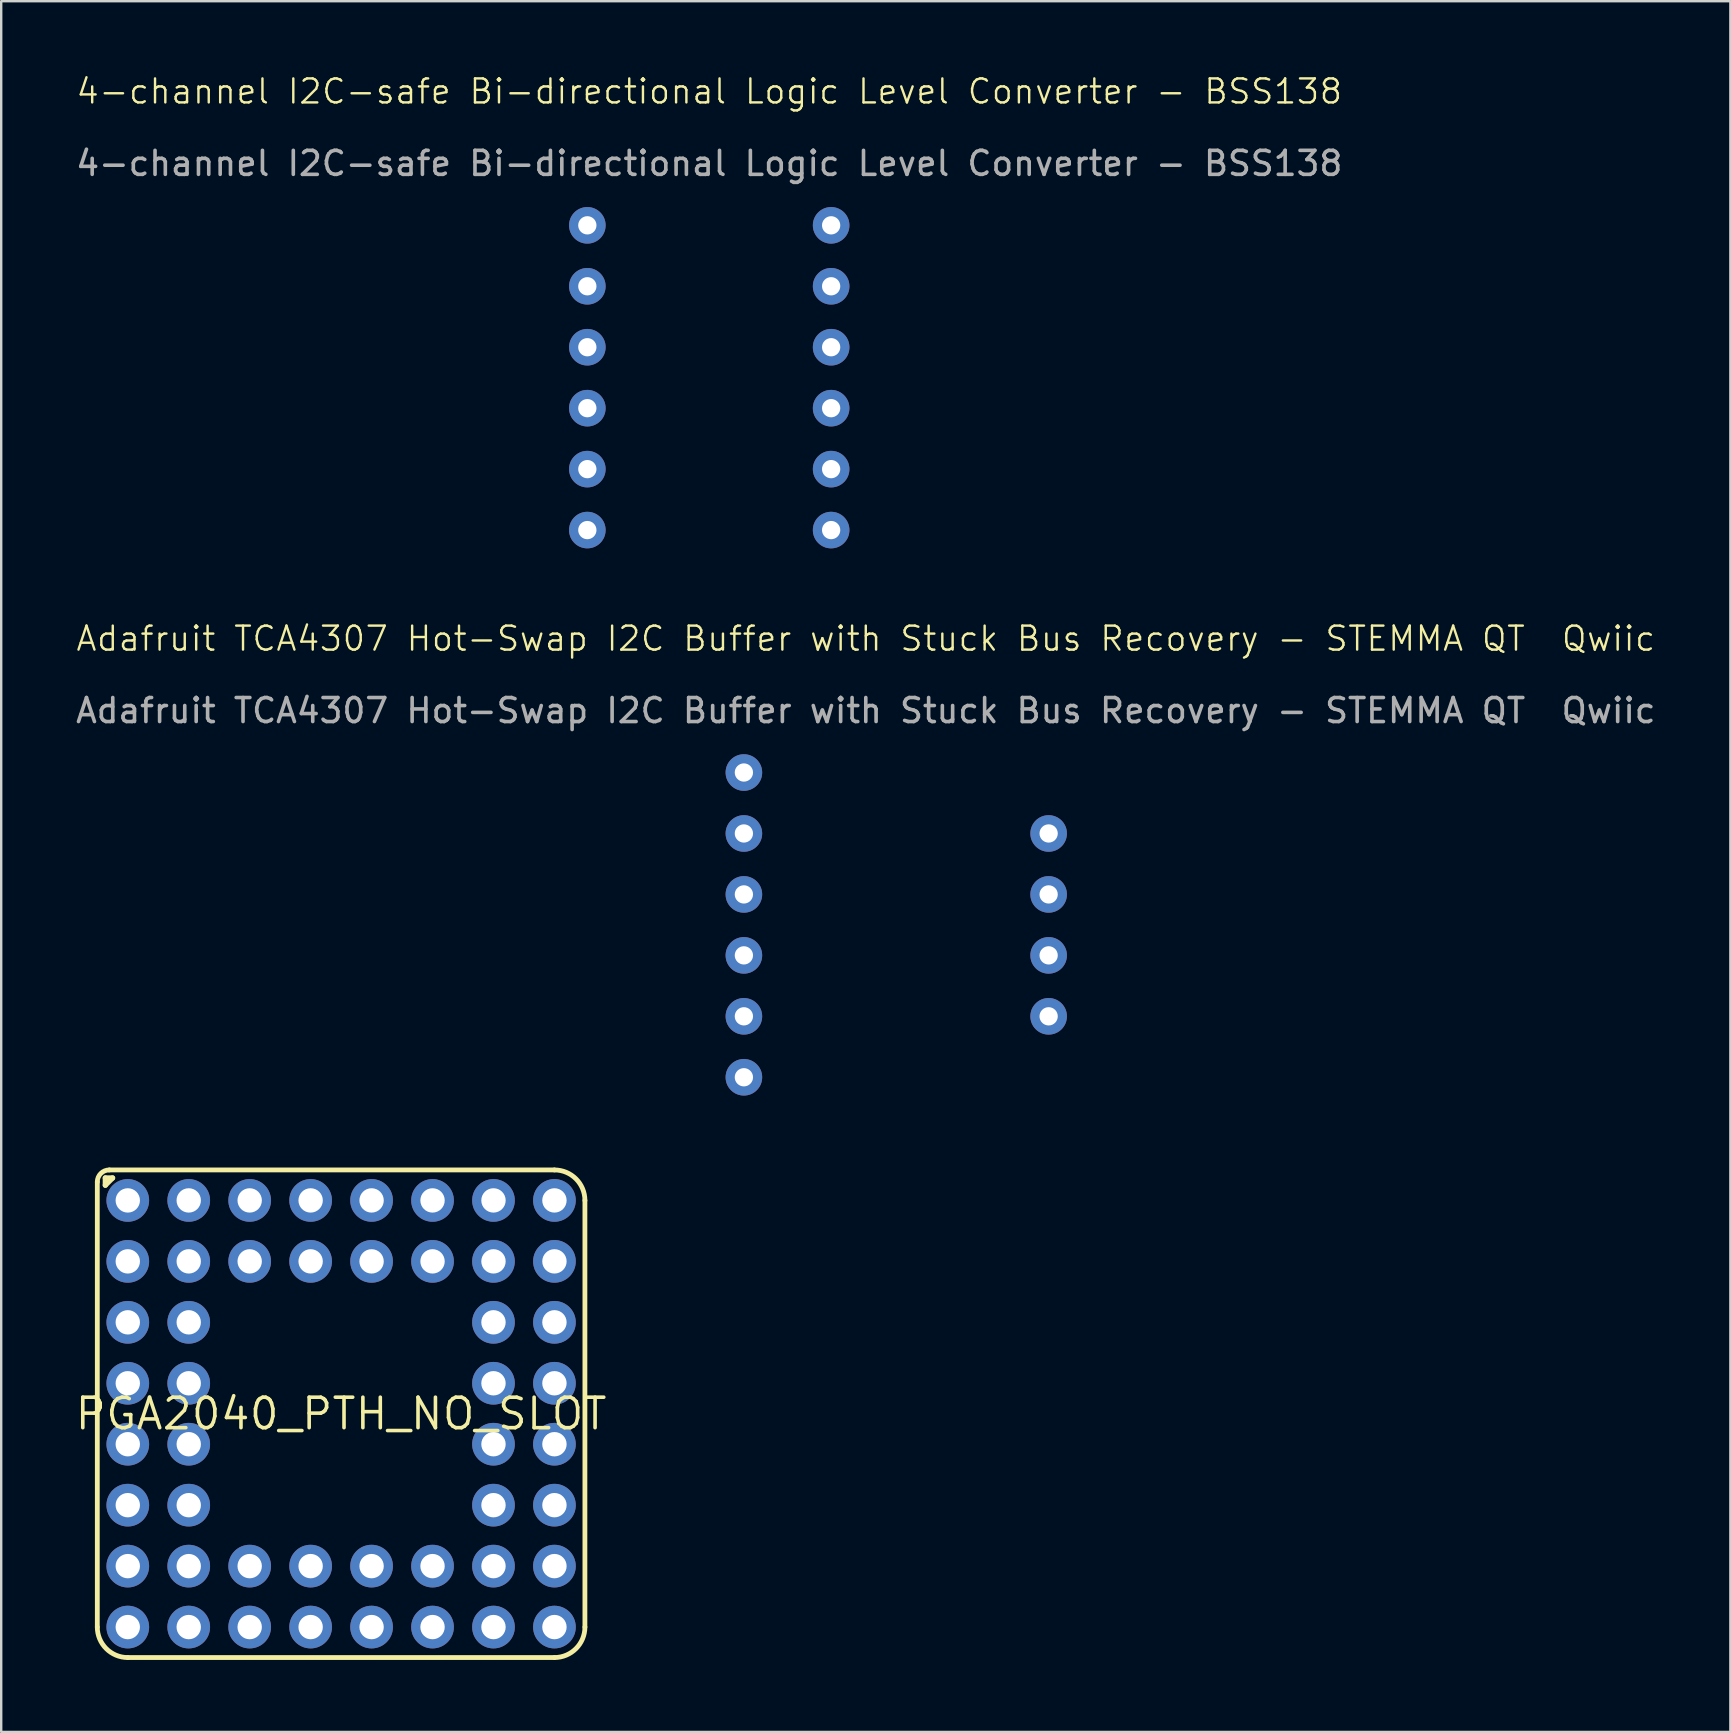
<source format=kicad_pcb>
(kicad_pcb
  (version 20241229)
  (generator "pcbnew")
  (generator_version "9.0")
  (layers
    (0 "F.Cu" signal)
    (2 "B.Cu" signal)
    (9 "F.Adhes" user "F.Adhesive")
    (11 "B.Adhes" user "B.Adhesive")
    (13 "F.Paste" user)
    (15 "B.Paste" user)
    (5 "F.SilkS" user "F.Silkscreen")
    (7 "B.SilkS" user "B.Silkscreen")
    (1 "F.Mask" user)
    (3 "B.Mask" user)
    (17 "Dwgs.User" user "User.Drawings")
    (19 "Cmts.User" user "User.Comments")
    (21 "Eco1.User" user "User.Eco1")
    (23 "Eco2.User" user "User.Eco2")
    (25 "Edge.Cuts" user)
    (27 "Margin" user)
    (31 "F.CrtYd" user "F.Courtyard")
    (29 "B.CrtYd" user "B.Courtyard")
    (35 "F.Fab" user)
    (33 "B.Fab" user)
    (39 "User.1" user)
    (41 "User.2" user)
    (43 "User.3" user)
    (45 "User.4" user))
  (footprint "4-channel I2C-safe Bi-directional Logic Level Converter - BSS138"
    (layer "F.Cu")
    (at 26.506 1.26)
    (property "Reference" "4-channel I2C-safe Bi-directional Logic Level Converter - BSS138" (at 0 -0.5 0) (unlocked yes) (layer "F.SilkS") (effects (font (size 1 1) (thickness 0.1))))
    (attr through_hole)
    (fp_text user "${REFERENCE}" (at 0 2.5 0) (unlocked yes) (layer "F.Fab") (effects (font (size 1 1) (thickness 0.15))))
    (pad "1" thru_hole circle (at -5.08 5.08) (size 1.524 1.524) (drill 0.762) (layers "*.Cu" "*.Mask"))
    (pad "2" thru_hole circle (at -5.08 7.62) (size 1.524 1.524) (drill 0.762) (layers "*.Cu" "*.Mask"))
    (pad "3" thru_hole circle (at -5.08 10.16) (size 1.524 1.524) (drill 0.762) (layers "*.Cu" "*.Mask"))
    (pad "4" thru_hole circle (at -5.08 12.7) (size 1.524 1.524) (drill 0.762) (layers "*.Cu" "*.Mask"))
    (pad "5" thru_hole circle (at -5.08 15.24) (size 1.524 1.524) (drill 0.762) (layers "*.Cu" "*.Mask"))
    (pad "6" thru_hole circle (at -5.08 17.78) (size 1.524 1.524) (drill 0.762) (layers "*.Cu" "*.Mask"))
    (pad "7" thru_hole circle (at 5.08 5.08) (size 1.524 1.524) (drill 0.762) (layers "*.Cu" "*.Mask"))
    (pad "8" thru_hole circle (at 5.08 7.62) (size 1.524 1.524) (drill 0.762) (layers "*.Cu" "*.Mask"))
    (pad "9" thru_hole circle (at 5.08 10.16) (size 1.524 1.524) (drill 0.762) (layers "*.Cu" "*.Mask"))
    (pad "10" thru_hole circle (at 5.08 12.7) (size 1.524 1.524) (drill 0.762) (layers "*.Cu" "*.Mask"))
    (pad "11" thru_hole circle (at 5.08 15.24) (size 1.524 1.524) (drill 0.762) (layers "*.Cu" "*.Mask"))
    (pad "12" thru_hole circle (at 5.08 17.78) (size 1.524 1.524) (drill 0.762) (layers "*.Cu" "*.Mask")))
  (footprint "Adafruit TCA4307 Hot-Swap I2C Buffer with Stuck Bus Recovery - STEMMA QT  Qwiic"
    (layer "F.Cu")
    (at 33.03 24.063)
    (property "Reference" "Adafruit TCA4307 Hot-Swap I2C Buffer with Stuck Bus Recovery - STEMMA QT  Qwiic" (at 0 -0.5 0) (unlocked yes) (layer "F.SilkS") (effects (font (size 1 1) (thickness 0.1))))
    (attr through_hole)
    (fp_text user "${REFERENCE}" (at 0 2.5 0) (unlocked yes) (layer "F.Fab") (effects (font (size 1 1) (thickness 0.15))))
    (pad "1" thru_hole circle (at -5.08 5.08) (size 1.524 1.524) (drill 0.762) (layers "*.Cu" "*.Mask"))
    (pad "2" thru_hole circle (at -5.08 7.62) (size 1.524 1.524) (drill 0.762) (layers "*.Cu" "*.Mask"))
    (pad "3" thru_hole circle (at -5.08 10.16) (size 1.524 1.524) (drill 0.762) (layers "*.Cu" "*.Mask"))
    (pad "4" thru_hole circle (at -5.08 12.7) (size 1.524 1.524) (drill 0.762) (layers "*.Cu" "*.Mask"))
    (pad "5" thru_hole circle (at -5.08 15.24) (size 1.524 1.524) (drill 0.762) (layers "*.Cu" "*.Mask"))
    (pad "6" thru_hole circle (at -5.08 17.78) (size 1.524 1.524) (drill 0.762) (layers "*.Cu" "*.Mask"))
    (pad "7" thru_hole circle (at 7.62 7.62) (size 1.524 1.524) (drill 0.762) (layers "*.Cu" "*.Mask"))
    (pad "8" thru_hole circle (at 7.62 10.16) (size 1.524 1.524) (drill 0.762) (layers "*.Cu" "*.Mask"))
    (pad "9" thru_hole circle (at 7.62 12.7) (size 1.524 1.524) (drill 0.762) (layers "*.Cu" "*.Mask"))
    (pad "10" thru_hole circle (at 7.62 15.24) (size 1.524 1.524) (drill 0.762) (layers "*.Cu" "*.Mask")))
  (footprint "PGA2040_PTH_NO_SLOT"
    (layer "F.Cu")
    (at 11.165 55.865)
    (property "Reference" "PGA2040_PTH_NO_SLOT" (at 0 0 0) (layer "F.SilkS") (effects (font (size 1.27 1.27) (thickness 0.15))))
    (fp_line (start -10.16 8.89) (end -10.16 -9.66) (stroke (width 0.2) (type solid)) (layer "F.SilkS"))
    (fp_line (start -9.825 -9.825) (end -9.825 -9.525) (stroke (width 0.22) (type solid)) (layer "F.SilkS"))
    (fp_line (start -9.825 -9.825) (end -9.525 -9.825) (stroke (width 0.22) (type solid)) (layer "F.SilkS"))
    (fp_line (start -9.66 -10.16) (end 8.89 -10.16) (stroke (width 0.2) (type solid)) (layer "F.SilkS"))
    (fp_line (start -9.525 -9.825) (end -9.825 -9.525) (stroke (width 0.22) (type solid)) (layer "F.SilkS"))
    (fp_line (start 8.89 10.16) (end -8.89 10.16) (stroke (width 0.2) (type solid)) (layer "F.SilkS"))
    (fp_line (start 10.16 -8.89) (end 10.16 8.89) (stroke (width 0.2) (type solid)) (layer "F.SilkS"))
    (fp_arc (start -10.16 -9.66) (mid -10.013553 -10.013553) (end -9.66 -10.16) (stroke (width 0.2) (type solid)) (layer "F.SilkS"))
    (fp_arc (start -8.89 10.16) (mid -9.788026 9.788026) (end -10.16 8.89) (stroke (width 0.2) (type solid)) (layer "F.SilkS"))
    (fp_arc (start 8.89 -10.16) (mid 9.788026 -9.788026) (end 10.16 -8.89) (stroke (width 0.2) (type solid)) (layer "F.SilkS"))
    (fp_arc (start 10.16 8.89) (mid 9.788026 9.788026) (end 8.89 10.16) (stroke (width 0.2) (type solid)) (layer "F.SilkS"))
    (pad "A1" thru_hole circle (at -8.89 -8.89) (size 1.778 1.778) (drill 1.016) (layers "*.Cu" "*.Mask"))
    (pad "A2" thru_hole circle (at -6.35 -8.89) (size 1.778 1.778) (drill 1.016) (layers "*.Cu" "*.Mask"))
    (pad "A3" thru_hole circle (at -3.81 -8.89) (size 1.778 1.778) (drill 1.016) (layers "*.Cu" "*.Mask"))
    (pad "A4" thru_hole circle (at -1.27 -8.89) (size 1.778 1.778) (drill 1.016) (layers "*.Cu" "*.Mask"))
    (pad "A5" thru_hole circle (at 1.27 -8.89) (size 1.778 1.778) (drill 1.016) (layers "*.Cu" "*.Mask"))
    (pad "A6" thru_hole circle (at 3.81 -8.89) (size 1.778 1.778) (drill 1.016) (layers "*.Cu" "*.Mask"))
    (pad "A7" thru_hole circle (at 6.35 -8.89) (size 1.778 1.778) (drill 1.016) (layers "*.Cu" "*.Mask"))
    (pad "A8" thru_hole circle (at 8.89 -8.89) (size 1.778 1.778) (drill 1.016) (layers "*.Cu" "*.Mask"))
    (pad "B1" thru_hole circle (at -8.89 -6.35) (size 1.778 1.778) (drill 1.016) (layers "*.Cu" "*.Mask"))
    (pad "B2" thru_hole circle (at -6.35 -6.35) (size 1.778 1.778) (drill 1.016) (layers "*.Cu" "*.Mask"))
    (pad "B3" thru_hole circle (at -3.81 -6.35) (size 1.778 1.778) (drill 1.016) (layers "*.Cu" "*.Mask"))
    (pad "B4" thru_hole circle (at -1.27 -6.35) (size 1.778 1.778) (drill 1.016) (layers "*.Cu" "*.Mask"))
    (pad "B5" thru_hole circle (at 1.27 -6.35) (size 1.778 1.778) (drill 1.016) (layers "*.Cu" "*.Mask"))
    (pad "B6" thru_hole circle (at 3.81 -6.35) (size 1.778 1.778) (drill 1.016) (layers "*.Cu" "*.Mask"))
    (pad "B7" thru_hole circle (at 6.35 -6.35) (size 1.778 1.778) (drill 1.016) (layers "*.Cu" "*.Mask"))
    (pad "B8" thru_hole circle (at 8.89 -6.35) (size 1.778 1.778) (drill 1.016) (layers "*.Cu" "*.Mask"))
    (pad "C1" thru_hole circle (at -8.89 -3.81) (size 1.778 1.778) (drill 1.016) (layers "*.Cu" "*.Mask"))
    (pad "C2" thru_hole circle (at -6.35 -3.81) (size 1.778 1.778) (drill 1.016) (layers "*.Cu" "*.Mask"))
    (pad "C7" thru_hole circle (at 6.35 -3.81) (size 1.778 1.778) (drill 1.016) (layers "*.Cu" "*.Mask"))
    (pad "C8" thru_hole circle (at 8.89 -3.81) (size 1.778 1.778) (drill 1.016) (layers "*.Cu" "*.Mask"))
    (pad "D1" thru_hole circle (at -8.89 -1.27) (size 1.778 1.778) (drill 1.016) (layers "*.Cu" "*.Mask"))
    (pad "D2" thru_hole circle (at -6.35 -1.27) (size 1.778 1.778) (drill 1.016) (layers "*.Cu" "*.Mask"))
    (pad "D7" thru_hole circle (at 6.35 -1.27) (size 1.778 1.778) (drill 1.016) (layers "*.Cu" "*.Mask"))
    (pad "D8" thru_hole circle (at 8.89 -1.27) (size 1.778 1.778) (drill 1.016) (layers "*.Cu" "*.Mask"))
    (pad "E1" thru_hole circle (at -8.89 1.27) (size 1.778 1.778) (drill 1.016) (layers "*.Cu" "*.Mask"))
    (pad "E2" thru_hole circle (at -6.35 1.27) (size 1.778 1.778) (drill 1.016) (layers "*.Cu" "*.Mask"))
    (pad "E7" thru_hole circle (at 6.35 1.27) (size 1.778 1.778) (drill 1.016) (layers "*.Cu" "*.Mask"))
    (pad "E8" thru_hole circle (at 8.89 1.27) (size 1.778 1.778) (drill 1.016) (layers "*.Cu" "*.Mask"))
    (pad "F1" thru_hole circle (at -8.89 3.81) (size 1.778 1.778) (drill 1.016) (layers "*.Cu" "*.Mask"))
    (pad "F2" thru_hole circle (at -6.35 3.81) (size 1.778 1.778) (drill 1.016) (layers "*.Cu" "*.Mask"))
    (pad "F7" thru_hole circle (at 6.35 3.81) (size 1.778 1.778) (drill 1.016) (layers "*.Cu" "*.Mask"))
    (pad "F8" thru_hole circle (at 8.89 3.81) (size 1.778 1.778) (drill 1.016) (layers "*.Cu" "*.Mask"))
    (pad "G1" thru_hole circle (at -8.89 6.35) (size 1.778 1.778) (drill 1.016) (layers "*.Cu" "*.Mask"))
    (pad "G2" thru_hole circle (at -6.35 6.35) (size 1.778 1.778) (drill 1.016) (layers "*.Cu" "*.Mask"))
    (pad "G3" thru_hole circle (at -3.81 6.35) (size 1.778 1.778) (drill 1.016) (layers "*.Cu" "*.Mask"))
    (pad "G4" thru_hole circle (at -1.27 6.35) (size 1.778 1.778) (drill 1.016) (layers "*.Cu" "*.Mask"))
    (pad "G5" thru_hole circle (at 1.27 6.35) (size 1.778 1.778) (drill 1.016) (layers "*.Cu" "*.Mask"))
    (pad "G6" thru_hole circle (at 3.81 6.35) (size 1.778 1.778) (drill 1.016) (layers "*.Cu" "*.Mask"))
    (pad "G7" thru_hole circle (at 6.35 6.35) (size 1.778 1.778) (drill 1.016) (layers "*.Cu" "*.Mask"))
    (pad "G8" thru_hole circle (at 8.89 6.35) (size 1.778 1.778) (drill 1.016) (layers "*.Cu" "*.Mask"))
    (pad "H1" thru_hole circle (at -8.89 8.89) (size 1.778 1.778) (drill 1.016) (layers "*.Cu" "*.Mask"))
    (pad "H2" thru_hole circle (at -6.35 8.89) (size 1.778 1.778) (drill 1.016) (layers "*.Cu" "*.Mask"))
    (pad "H3" thru_hole circle (at -3.81 8.89) (size 1.778 1.778) (drill 1.016) (layers "*.Cu" "*.Mask"))
    (pad "H4" thru_hole circle (at -1.27 8.89) (size 1.778 1.778) (drill 1.016) (layers "*.Cu" "*.Mask"))
    (pad "H5" thru_hole circle (at 1.27 8.89) (size 1.778 1.778) (drill 1.016) (layers "*.Cu" "*.Mask"))
    (pad "H6" thru_hole circle (at 3.81 8.89) (size 1.778 1.778) (drill 1.016) (layers "*.Cu" "*.Mask"))
    (pad "H7" thru_hole circle (at 6.35 8.89) (size 1.778 1.778) (drill 1.016) (layers "*.Cu" "*.Mask"))
    (pad "H8" thru_hole circle (at 8.89 8.89) (size 1.778 1.778) (drill 1.016) (layers "*.Cu" "*.Mask")))
  (gr_rect
    (start -3 -3)
    (end 69.06 69.125)
    (stroke (width 0.1) (type default))
    (fill no)
    (layer "Edge.Cuts")))
</source>
